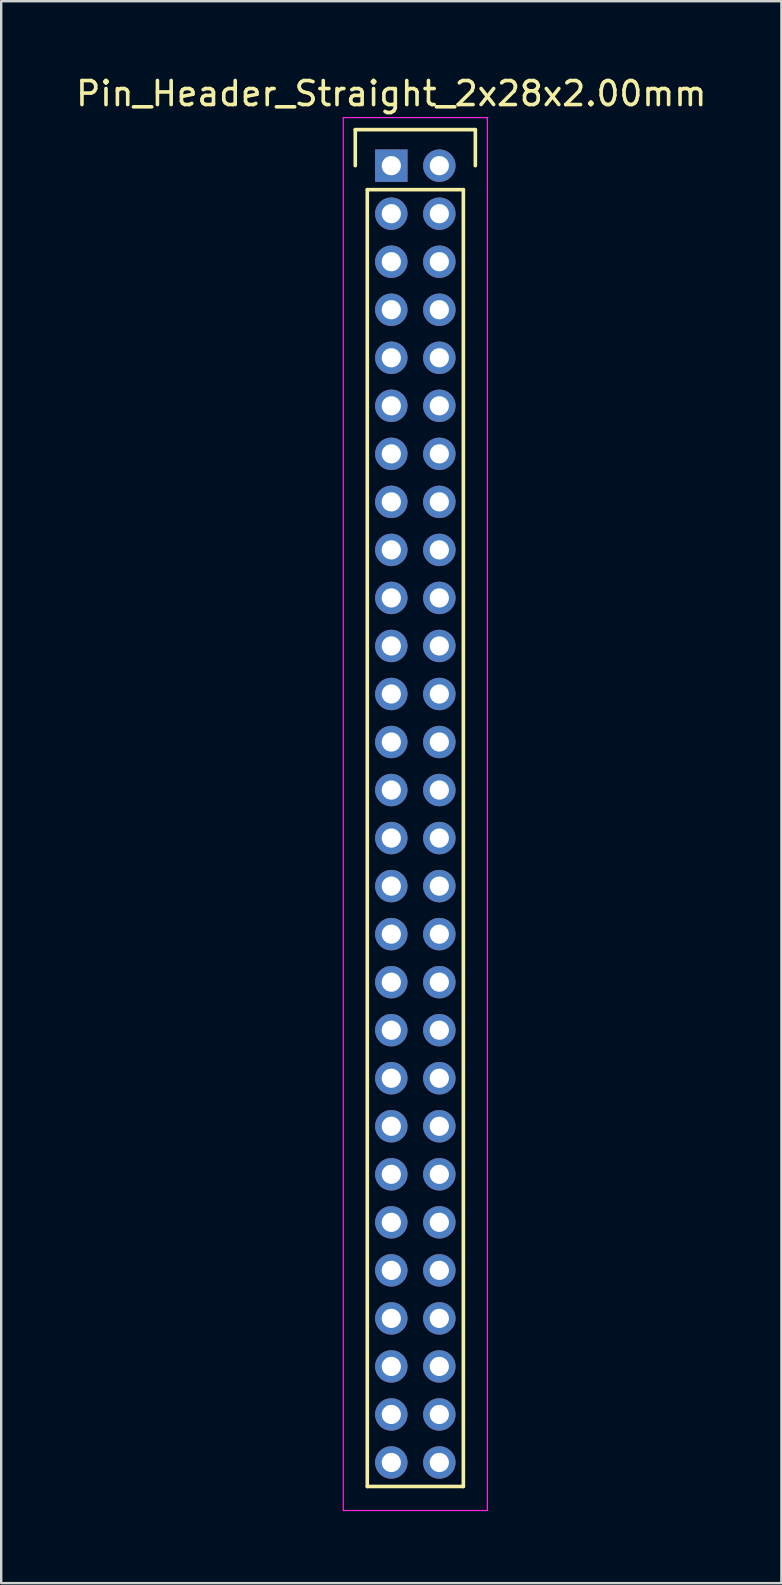
<source format=kicad_pcb>
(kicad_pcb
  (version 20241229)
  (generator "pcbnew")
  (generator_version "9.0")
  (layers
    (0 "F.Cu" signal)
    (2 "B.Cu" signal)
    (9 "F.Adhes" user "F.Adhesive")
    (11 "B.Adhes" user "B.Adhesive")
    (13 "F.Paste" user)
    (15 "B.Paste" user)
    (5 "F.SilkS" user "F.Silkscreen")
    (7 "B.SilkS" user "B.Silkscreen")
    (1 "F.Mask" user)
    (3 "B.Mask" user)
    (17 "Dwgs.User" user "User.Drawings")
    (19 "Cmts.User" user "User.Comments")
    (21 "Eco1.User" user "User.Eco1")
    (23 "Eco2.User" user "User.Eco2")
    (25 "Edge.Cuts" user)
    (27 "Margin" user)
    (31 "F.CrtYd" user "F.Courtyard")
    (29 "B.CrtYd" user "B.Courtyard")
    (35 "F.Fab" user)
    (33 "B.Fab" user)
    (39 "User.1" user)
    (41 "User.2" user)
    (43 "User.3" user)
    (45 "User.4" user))
  (footprint "Pin_Header_Straight_2x28x2.00mm"
    (layer "F.Cu")
    (at 13.244 3.848)
    (property "Reference" "Pin_Header_Straight_2x28x2.00mm" (at 0 -3 0) (layer "F.SilkS") (effects (font (size 1 1) (thickness 0.15))))
    (attr through_hole)
    (fp_line (start -1.5 -1.5) (end 3.5 -1.5) (stroke (width 0.15) (type solid)) (layer "F.SilkS"))
    (fp_line (start -1.5 0) (end -1.5 -1.5) (stroke (width 0.15) (type solid)) (layer "F.SilkS"))
    (fp_line (start -1 1) (end 3 1) (stroke (width 0.15) (type solid)) (layer "F.SilkS"))
    (fp_line (start -1 55) (end -1 1) (stroke (width 0.15) (type solid)) (layer "F.SilkS"))
    (fp_line (start 3 1) (end 3 55) (stroke (width 0.15) (type solid)) (layer "F.SilkS"))
    (fp_line (start 3 55) (end -1 55) (stroke (width 0.15) (type solid)) (layer "F.SilkS"))
    (fp_line (start 3.5 -1.5) (end 3.5 0) (stroke (width 0.15) (type solid)) (layer "F.SilkS"))
    (fp_line (start -2 -2) (end 4 -2) (stroke (width 0.05) (type solid)) (layer "F.CrtYd"))
    (fp_line (start -2 56) (end -2 -2) (stroke (width 0.05) (type solid)) (layer "F.CrtYd"))
    (fp_line (start 4 -2) (end 4 56) (stroke (width 0.05) (type solid)) (layer "F.CrtYd"))
    (fp_line (start 4 56) (end -2 56) (stroke (width 0.05) (type solid)) (layer "F.CrtYd"))
    (pad "1" thru_hole rect (at 0 0) (size 1.35 1.35) (drill 0.8) (layers "*.Cu" "*.Mask"))
    (pad "2" thru_hole circle (at 2 0) (size 1.35 1.35) (drill 0.8) (layers "*.Cu" "*.Mask"))
    (pad "3" thru_hole circle (at 0 2) (size 1.35 1.35) (drill 0.8) (layers "*.Cu" "*.Mask"))
    (pad "4" thru_hole circle (at 2 2) (size 1.35 1.35) (drill 0.8) (layers "*.Cu" "*.Mask"))
    (pad "5" thru_hole circle (at 0 4) (size 1.35 1.35) (drill 0.8) (layers "*.Cu" "*.Mask"))
    (pad "6" thru_hole circle (at 2 4) (size 1.35 1.35) (drill 0.8) (layers "*.Cu" "*.Mask"))
    (pad "7" thru_hole circle (at 0 6) (size 1.35 1.35) (drill 0.8) (layers "*.Cu" "*.Mask"))
    (pad "8" thru_hole circle (at 2 6) (size 1.35 1.35) (drill 0.8) (layers "*.Cu" "*.Mask"))
    (pad "9" thru_hole circle (at 0 8) (size 1.35 1.35) (drill 0.8) (layers "*.Cu" "*.Mask"))
    (pad "10" thru_hole circle (at 2 8) (size 1.35 1.35) (drill 0.8) (layers "*.Cu" "*.Mask"))
    (pad "11" thru_hole circle (at 0 10) (size 1.35 1.35) (drill 0.8) (layers "*.Cu" "*.Mask"))
    (pad "12" thru_hole circle (at 2 10) (size 1.35 1.35) (drill 0.8) (layers "*.Cu" "*.Mask"))
    (pad "13" thru_hole circle (at 0 12) (size 1.35 1.35) (drill 0.8) (layers "*.Cu" "*.Mask"))
    (pad "14" thru_hole circle (at 2 12) (size 1.35 1.35) (drill 0.8) (layers "*.Cu" "*.Mask"))
    (pad "15" thru_hole circle (at 0 14) (size 1.35 1.35) (drill 0.8) (layers "*.Cu" "*.Mask"))
    (pad "16" thru_hole circle (at 2 14) (size 1.35 1.35) (drill 0.8) (layers "*.Cu" "*.Mask"))
    (pad "17" thru_hole circle (at 0 16) (size 1.35 1.35) (drill 0.8) (layers "*.Cu" "*.Mask"))
    (pad "18" thru_hole circle (at 2 16) (size 1.35 1.35) (drill 0.8) (layers "*.Cu" "*.Mask"))
    (pad "19" thru_hole circle (at 0 18) (size 1.35 1.35) (drill 0.8) (layers "*.Cu" "*.Mask"))
    (pad "20" thru_hole circle (at 2 18) (size 1.35 1.35) (drill 0.8) (layers "*.Cu" "*.Mask"))
    (pad "21" thru_hole circle (at 0 20) (size 1.35 1.35) (drill 0.8) (layers "*.Cu" "*.Mask"))
    (pad "22" thru_hole circle (at 2 20) (size 1.35 1.35) (drill 0.8) (layers "*.Cu" "*.Mask"))
    (pad "23" thru_hole circle (at 0 22) (size 1.35 1.35) (drill 0.8) (layers "*.Cu" "*.Mask"))
    (pad "24" thru_hole circle (at 2 22) (size 1.35 1.35) (drill 0.8) (layers "*.Cu" "*.Mask"))
    (pad "25" thru_hole circle (at 0 24) (size 1.35 1.35) (drill 0.8) (layers "*.Cu" "*.Mask"))
    (pad "26" thru_hole circle (at 2 24) (size 1.35 1.35) (drill 0.8) (layers "*.Cu" "*.Mask"))
    (pad "27" thru_hole circle (at 0 26) (size 1.35 1.35) (drill 0.8) (layers "*.Cu" "*.Mask"))
    (pad "28" thru_hole circle (at 2 26) (size 1.35 1.35) (drill 0.8) (layers "*.Cu" "*.Mask"))
    (pad "29" thru_hole circle (at 0 28) (size 1.35 1.35) (drill 0.8) (layers "*.Cu" "*.Mask"))
    (pad "30" thru_hole circle (at 2 28) (size 1.35 1.35) (drill 0.8) (layers "*.Cu" "*.Mask"))
    (pad "31" thru_hole circle (at 0 30) (size 1.35 1.35) (drill 0.8) (layers "*.Cu" "*.Mask"))
    (pad "32" thru_hole circle (at 2 30) (size 1.35 1.35) (drill 0.8) (layers "*.Cu" "*.Mask"))
    (pad "33" thru_hole circle (at 0 32) (size 1.35 1.35) (drill 0.8) (layers "*.Cu" "*.Mask"))
    (pad "34" thru_hole circle (at 2 32) (size 1.35 1.35) (drill 0.8) (layers "*.Cu" "*.Mask"))
    (pad "35" thru_hole circle (at 0 34) (size 1.35 1.35) (drill 0.8) (layers "*.Cu" "*.Mask"))
    (pad "36" thru_hole circle (at 2 34) (size 1.35 1.35) (drill 0.8) (layers "*.Cu" "*.Mask"))
    (pad "37" thru_hole circle (at 0 36) (size 1.35 1.35) (drill 0.8) (layers "*.Cu" "*.Mask"))
    (pad "38" thru_hole circle (at 2 36) (size 1.35 1.35) (drill 0.8) (layers "*.Cu" "*.Mask"))
    (pad "39" thru_hole circle (at 0 38) (size 1.35 1.35) (drill 0.8) (layers "*.Cu" "*.Mask"))
    (pad "40" thru_hole circle (at 2 38) (size 1.35 1.35) (drill 0.8) (layers "*.Cu" "*.Mask"))
    (pad "41" thru_hole circle (at 0 40) (size 1.35 1.35) (drill 0.8) (layers "*.Cu" "*.Mask"))
    (pad "42" thru_hole circle (at 2 40) (size 1.35 1.35) (drill 0.8) (layers "*.Cu" "*.Mask"))
    (pad "43" thru_hole circle (at 0 42) (size 1.35 1.35) (drill 0.8) (layers "*.Cu" "*.Mask"))
    (pad "44" thru_hole circle (at 2 42) (size 1.35 1.35) (drill 0.8) (layers "*.Cu" "*.Mask"))
    (pad "45" thru_hole circle (at 0 44) (size 1.35 1.35) (drill 0.8) (layers "*.Cu" "*.Mask"))
    (pad "46" thru_hole circle (at 2 44) (size 1.35 1.35) (drill 0.8) (layers "*.Cu" "*.Mask"))
    (pad "47" thru_hole circle (at 0 46) (size 1.35 1.35) (drill 0.8) (layers "*.Cu" "*.Mask"))
    (pad "48" thru_hole circle (at 2 46) (size 1.35 1.35) (drill 0.8) (layers "*.Cu" "*.Mask"))
    (pad "49" thru_hole circle (at 0 48) (size 1.35 1.35) (drill 0.8) (layers "*.Cu" "*.Mask"))
    (pad "50" thru_hole circle (at 2 48) (size 1.35 1.35) (drill 0.8) (layers "*.Cu" "*.Mask"))
    (pad "51" thru_hole circle (at 0 50) (size 1.35 1.35) (drill 0.8) (layers "*.Cu" "*.Mask"))
    (pad "52" thru_hole circle (at 2 50) (size 1.35 1.35) (drill 0.8) (layers "*.Cu" "*.Mask"))
    (pad "53" thru_hole circle (at 0 52) (size 1.35 1.35) (drill 0.8) (layers "*.Cu" "*.Mask"))
    (pad "54" thru_hole circle (at 2 52) (size 1.35 1.35) (drill 0.8) (layers "*.Cu" "*.Mask"))
    (pad "55" thru_hole circle (at 0 54) (size 1.35 1.35) (drill 0.8) (layers "*.Cu" "*.Mask"))
    (pad "56" thru_hole circle (at 2 54) (size 1.35 1.35) (drill 0.8) (layers "*.Cu" "*.Mask")))
  (gr_rect
    (start -3 -3)
    (end 29.488 62.873)
    (stroke (width 0.1) (type default))
    (fill no)
    (layer "Edge.Cuts")))
</source>
